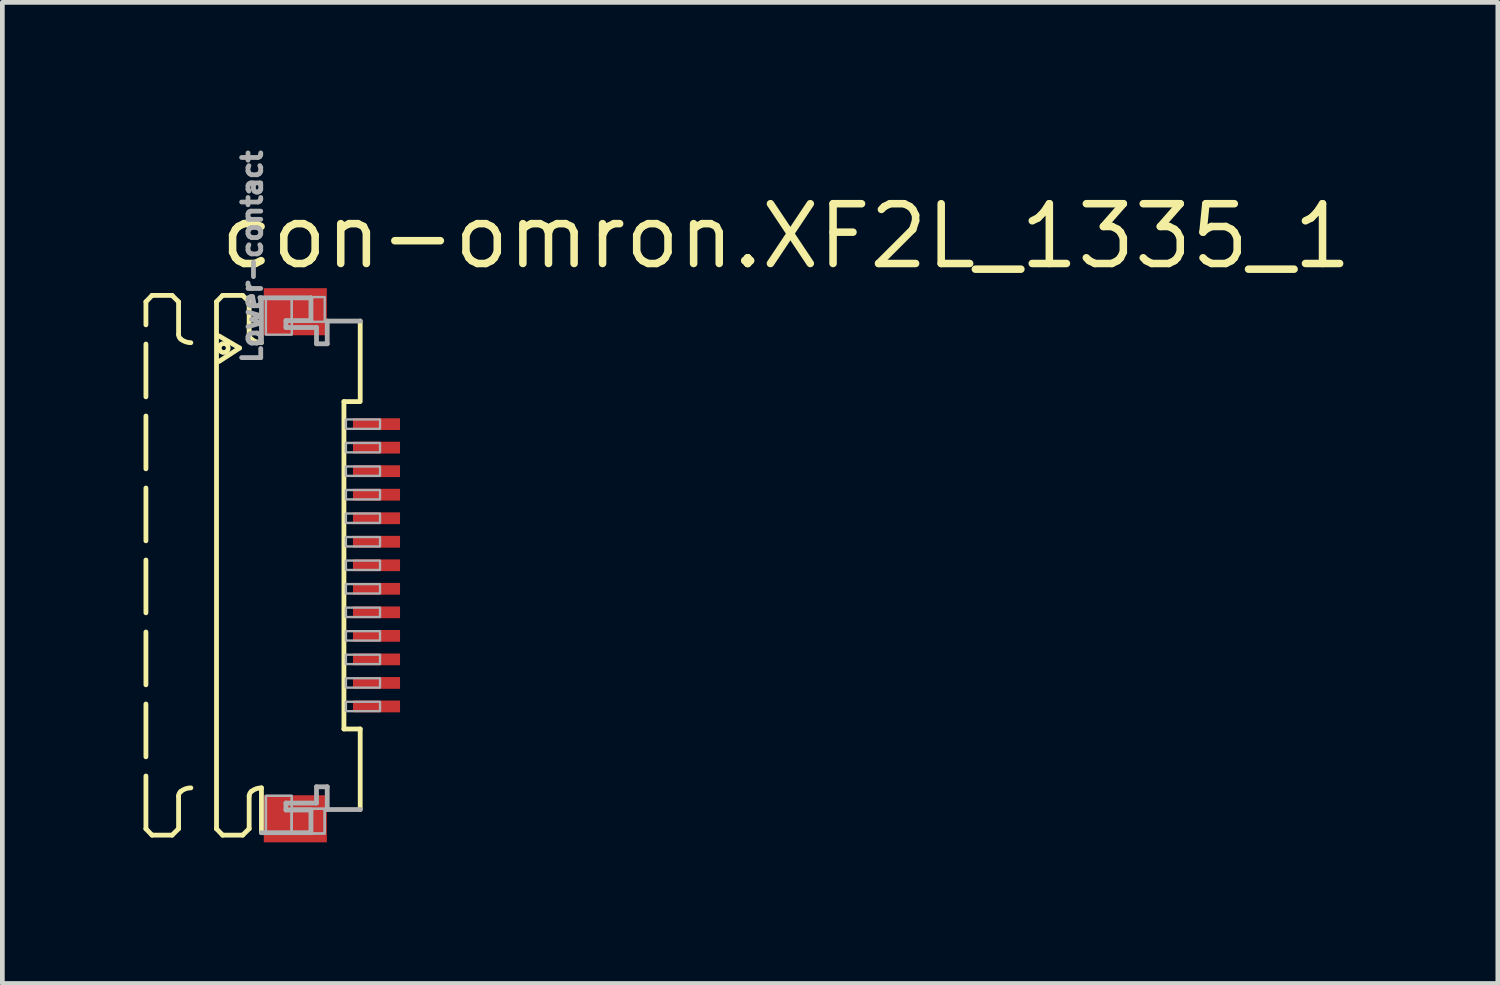
<source format=kicad_pcb>
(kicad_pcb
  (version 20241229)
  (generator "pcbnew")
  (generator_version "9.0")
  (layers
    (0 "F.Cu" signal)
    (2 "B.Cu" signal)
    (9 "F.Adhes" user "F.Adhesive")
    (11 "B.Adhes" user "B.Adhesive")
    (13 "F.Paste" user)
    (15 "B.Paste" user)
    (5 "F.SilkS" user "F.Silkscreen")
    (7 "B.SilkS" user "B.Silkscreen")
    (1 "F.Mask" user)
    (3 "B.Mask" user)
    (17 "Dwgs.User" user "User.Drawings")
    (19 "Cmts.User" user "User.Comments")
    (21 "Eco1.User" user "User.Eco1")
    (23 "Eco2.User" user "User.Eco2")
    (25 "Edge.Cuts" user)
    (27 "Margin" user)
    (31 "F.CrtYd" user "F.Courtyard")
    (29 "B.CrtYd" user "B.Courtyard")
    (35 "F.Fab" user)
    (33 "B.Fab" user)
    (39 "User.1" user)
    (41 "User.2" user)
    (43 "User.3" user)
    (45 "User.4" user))
  (footprint "con-omron.XF2L_1335_1"
    (layer "F.Cu")
    (at 3.046 8.963)
    (property "Reference" "con-omron.XF2L_1335_1" (at -1.5 -6.25 0) (layer "F.SilkS") (effects (font (size 1.27 1.27) (thickness 0.16)) (justify left bottom)))
    (attr smd)
    (fp_rect (start 1.355 -2.825) (end 2.455 -3.175) (stroke (width 0.05) (type default)) (fill yes) (layer "F.Mask"))
    (fp_rect (start 1.355 -2.325) (end 2.455 -2.675) (stroke (width 0.05) (type default)) (fill yes) (layer "F.Mask"))
    (fp_rect (start 1.355 -1.825) (end 2.455 -2.175) (stroke (width 0.05) (type default)) (fill yes) (layer "F.Mask"))
    (fp_rect (start 1.355 -1.325) (end 2.455 -1.675) (stroke (width 0.05) (type default)) (fill yes) (layer "F.Mask"))
    (fp_rect (start 1.355 -0.825) (end 2.455 -1.175) (stroke (width 0.05) (type default)) (fill yes) (layer "F.Mask"))
    (fp_rect (start 1.355 -0.325) (end 2.455 -0.675) (stroke (width 0.05) (type default)) (fill yes) (layer "F.Mask"))
    (fp_rect (start 1.355 0.175) (end 2.455 -0.175) (stroke (width 0.05) (type default)) (fill yes) (layer "F.Mask"))
    (fp_rect (start 1.355 0.675) (end 2.455 0.325) (stroke (width 0.05) (type default)) (fill yes) (layer "F.Mask"))
    (fp_rect (start 1.355 1.175) (end 2.455 0.825) (stroke (width 0.05) (type default)) (fill yes) (layer "F.Mask"))
    (fp_rect (start 1.355 1.675) (end 2.455 1.325) (stroke (width 0.05) (type default)) (fill yes) (layer "F.Mask"))
    (fp_rect (start 1.355 2.175) (end 2.455 1.825) (stroke (width 0.05) (type default)) (fill yes) (layer "F.Mask"))
    (fp_rect (start 1.355 2.675) (end 2.455 2.325) (stroke (width 0.05) (type default)) (fill yes) (layer "F.Mask"))
    (fp_rect (start 1.355 3.175) (end 2.455 2.825) (stroke (width 0.05) (type default)) (fill yes) (layer "F.Mask"))
    (fp_line (start -2.995 -5.6) (end -2.865 -5.735) (stroke (width 0.102) (type default)) (layer "F.SilkS"))
    (fp_line (start -2.995 5.6) (end -2.995 -5.6) (stroke (width 0.102) (type dash)) (layer "F.SilkS"))
    (fp_line (start -2.995 5.6) (end -2.865 5.735) (stroke (width 0.102) (type default)) (layer "F.SilkS"))
    (fp_line (start -2.865 -5.735) (end -2.438 -5.735) (stroke (width 0.102) (type dash)) (layer "F.SilkS"))
    (fp_line (start -2.865 5.735) (end -2.438 5.735) (stroke (width 0.102) (type dash)) (layer "F.SilkS"))
    (fp_line (start -2.438 -5.735) (end -2.301 -5.598) (stroke (width 0.102) (type default)) (layer "F.SilkS"))
    (fp_line (start -2.438 5.735) (end -2.301 5.598) (stroke (width 0.102) (type default)) (layer "F.SilkS"))
    (fp_line (start -2.301 -5.598) (end -2.301 -4.906) (stroke (width 0.102) (type dash)) (layer "F.SilkS"))
    (fp_line (start -2.301 5.598) (end -2.301 4.906) (stroke (width 0.102) (type dash)) (layer "F.SilkS"))
    (fp_line (start -1.495 -5.6) (end -1.365 -5.735) (stroke (width 0.102) (type default)) (layer "F.SilkS"))
    (fp_line (start -1.495 5.6) (end -1.495 -5.6) (stroke (width 0.102) (type default)) (layer "F.SilkS"))
    (fp_line (start -1.495 5.6) (end -1.365 5.735) (stroke (width 0.102) (type default)) (layer "F.SilkS"))
    (fp_line (start -1.441 -4.873) (end -1.005 -4.617) (stroke (width 0.102) (type default)) (layer "F.SilkS"))
    (fp_line (start -1.365 -5.735) (end -0.939 -5.735) (stroke (width 0.102) (type default)) (layer "F.SilkS"))
    (fp_line (start -1.365 5.735) (end -0.939 5.735) (stroke (width 0.102) (type default)) (layer "F.SilkS"))
    (fp_line (start -1.005 -4.617) (end -1.441 -4.332) (stroke (width 0.102) (type default)) (layer "F.SilkS"))
    (fp_line (start -0.939 -5.735) (end -0.801 -5.598) (stroke (width 0.102) (type default)) (layer "F.SilkS"))
    (fp_line (start -0.939 5.735) (end -0.801 5.598) (stroke (width 0.102) (type default)) (layer "F.SilkS"))
    (fp_line (start -0.801 -5.598) (end -0.801 -4.906) (stroke (width 0.102) (type default)) (layer "F.SilkS"))
    (fp_line (start -0.801 5.598) (end -0.801 4.906) (stroke (width 0.102) (type default)) (layer "F.SilkS"))
    (fp_line (start -0.54 4.73) (end -0.54 5.683) (stroke (width 0.102) (type default)) (layer "F.SilkS"))
    (fp_line (start 1.213 3.479) (end 1.213 -3.479) (stroke (width 0.102) (type default)) (layer "F.SilkS"))
    (fp_line (start 1.538 -3.479) (end 1.213 -3.479) (stroke (width 0.102) (type default)) (layer "F.SilkS"))
    (fp_line (start 1.559 -5.19) (end 1.559 -3.479) (stroke (width 0.102) (type default)) (layer "F.SilkS"))
    (fp_line (start 1.559 3.479) (end 1.213 3.479) (stroke (width 0.102) (type default)) (layer "F.SilkS"))
    (fp_line (start 1.559 5.19) (end 1.559 3.479) (stroke (width 0.102) (type default)) (layer "F.SilkS"))
    (fp_arc (start -2.301 4.9057) (mid -2.288538 4.850596) (end -2.2536 4.8062) (stroke (width 0.1016) (type default)) (layer "F.SilkS"))
    (fp_arc (start -2.2536 -4.8062) (mid -2.288538 -4.850596) (end -2.301 -4.9057) (stroke (width 0.1016) (type default)) (layer "F.SilkS"))
    (fp_arc (start -2.2536 4.8062) (mid -2.153476 4.749936) (end -2.0403 4.7304) (stroke (width 0.1016) (type default)) (layer "F.SilkS"))
    (fp_arc (start -2.0403 -4.7304) (mid -2.153476 -4.749936) (end -2.2536 -4.8062) (stroke (width 0.1016) (type default)) (layer "F.SilkS"))
    (fp_arc (start -0.801 4.9057) (mid -0.788538 4.850596) (end -0.7536 4.8062) (stroke (width 0.1016) (type default)) (layer "F.SilkS"))
    (fp_arc (start -0.7536 -4.8062) (mid -0.788538 -4.850596) (end -0.801 -4.9057) (stroke (width 0.1016) (type default)) (layer "F.SilkS"))
    (fp_arc (start -0.7536 4.8062) (mid -0.653476 4.749936) (end -0.5403 4.7304) (stroke (width 0.1016) (type default)) (layer "F.SilkS"))
    (fp_arc (start -0.5403 -4.7304) (mid -0.653476 -4.749936) (end -0.7536 -4.8062) (stroke (width 0.1016) (type default)) (layer "F.SilkS"))
    (fp_circle (center -1.341 -4.617) (end -1.246 -4.617) (stroke (width 0.1) (type default)) (fill no) (layer "F.SilkS"))
    (fp_line (start -0.54 -5.683) (end 0.512 -5.683) (stroke (width 0.102) (type default)) (layer "F.Fab"))
    (fp_line (start -0.54 -4.73) (end -0.54 -5.683) (stroke (width 0.102) (type default)) (layer "F.Fab"))
    (fp_line (start -0.54 5.683) (end 0.512 5.683) (stroke (width 0.102) (type default)) (layer "F.Fab"))
    (fp_line (start -0.019 -5.2) (end -0.019 -5.053) (stroke (width 0.102) (type default)) (layer "F.Fab"))
    (fp_line (start -0.019 -5.053) (end 0.63 -5.053) (stroke (width 0.102) (type default)) (layer "F.Fab"))
    (fp_line (start -0.019 5.053) (end 0.63 5.053) (stroke (width 0.102) (type default)) (layer "F.Fab"))
    (fp_line (start -0.019 5.2) (end -0.019 5.053) (stroke (width 0.102) (type default)) (layer "F.Fab"))
    (fp_line (start 0.512 -5.683) (end 0.512 -5.2) (stroke (width 0.102) (type default)) (layer "F.Fab"))
    (fp_line (start 0.512 -5.2) (end -0.019 -5.2) (stroke (width 0.102) (type default)) (layer "F.Fab"))
    (fp_line (start 0.512 5.2) (end -0.019 5.2) (stroke (width 0.102) (type default)) (layer "F.Fab"))
    (fp_line (start 0.512 5.683) (end 0.512 5.2) (stroke (width 0.102) (type default)) (layer "F.Fab"))
    (fp_line (start 0.63 -5.053) (end 0.63 -4.707) (stroke (width 0.102) (type default)) (layer "F.Fab"))
    (fp_line (start 0.63 -4.707) (end 0.858 -4.707) (stroke (width 0.102) (type default)) (layer "F.Fab"))
    (fp_line (start 0.63 4.707) (end 0.858 4.707) (stroke (width 0.102) (type default)) (layer "F.Fab"))
    (fp_line (start 0.63 5.053) (end 0.63 4.707) (stroke (width 0.102) (type default)) (layer "F.Fab"))
    (fp_line (start 0.858 -5.19) (end 1.559 -5.19) (stroke (width 0.102) (type default)) (layer "F.Fab"))
    (fp_line (start 0.858 -4.707) (end 0.858 -5.19) (stroke (width 0.102) (type default)) (layer "F.Fab"))
    (fp_line (start 0.858 4.707) (end 0.858 5.19) (stroke (width 0.102) (type default)) (layer "F.Fab"))
    (fp_line (start 0.858 5.19) (end 1.559 5.19) (stroke (width 0.102) (type default)) (layer "F.Fab"))
    (fp_rect (start -0.445 -4.9) (end 0.105 -5.7) (stroke (width 0.05) (type default)) (fill no) (layer "F.Fab"))
    (fp_rect (start -0.445 5.7) (end 0.105 4.9) (stroke (width 0.05) (type default)) (fill no) (layer "F.Fab"))
    (fp_rect (start -0.445 5.7) (end 0.105 4.9) (stroke (width 0.05) (type default)) (fill no) (layer "F.Fab"))
    (fp_rect (start 0.105 -5.175) (end 0.805 -5.7) (stroke (width 0.05) (type default)) (fill no) (layer "F.Fab"))
    (fp_rect (start 0.105 5.7) (end 0.805 5.175) (stroke (width 0.05) (type default)) (fill no) (layer "F.Fab"))
    (fp_rect (start 0.105 5.7) (end 0.805 5.175) (stroke (width 0.05) (type default)) (fill no) (layer "F.Fab"))
    (fp_rect (start 1.255 -2.9) (end 1.98 -3.1) (stroke (width 0.05) (type default)) (fill no) (layer "F.Fab"))
    (fp_rect (start 1.255 -2.4) (end 1.98 -2.6) (stroke (width 0.05) (type default)) (fill no) (layer "F.Fab"))
    (fp_rect (start 1.255 -1.9) (end 1.98 -2.1) (stroke (width 0.05) (type default)) (fill no) (layer "F.Fab"))
    (fp_rect (start 1.255 -1.4) (end 1.98 -1.6) (stroke (width 0.05) (type default)) (fill no) (layer "F.Fab"))
    (fp_rect (start 1.255 -0.9) (end 1.98 -1.1) (stroke (width 0.05) (type default)) (fill no) (layer "F.Fab"))
    (fp_rect (start 1.255 -0.4) (end 1.98 -0.6) (stroke (width 0.05) (type default)) (fill no) (layer "F.Fab"))
    (fp_rect (start 1.255 0.1) (end 1.98 -0.1) (stroke (width 0.05) (type default)) (fill no) (layer "F.Fab"))
    (fp_rect (start 1.255 0.6) (end 1.98 0.4) (stroke (width 0.05) (type default)) (fill no) (layer "F.Fab"))
    (fp_rect (start 1.255 1.1) (end 1.98 0.9) (stroke (width 0.05) (type default)) (fill no) (layer "F.Fab"))
    (fp_rect (start 1.255 1.6) (end 1.98 1.4) (stroke (width 0.05) (type default)) (fill no) (layer "F.Fab"))
    (fp_rect (start 1.255 2.1) (end 1.98 1.9) (stroke (width 0.05) (type default)) (fill no) (layer "F.Fab"))
    (fp_rect (start 1.255 2.6) (end 1.98 2.4) (stroke (width 0.05) (type default)) (fill no) (layer "F.Fab"))
    (fp_rect (start 1.255 3.1) (end 1.98 2.9) (stroke (width 0.05) (type default)) (fill no) (layer "F.Fab"))
    (fp_text user "Lower-contact" (at -0.5 -4.25 270) (layer "F.Fab") (effects (font (size 0.406 0.406) (thickness 0.15)) (justify left bottom)))
    (pad "1" smd roundrect (at 1.905 -3) (size 1 0.25) (layers "F.Cu" "F.Mask" "F.Paste") (roundrect_rratio 0.01))
    (pad "2" smd roundrect (at 1.905 -2.5) (size 1 0.25) (layers "F.Cu" "F.Mask" "F.Paste") (roundrect_rratio 0.01))
    (pad "3" smd roundrect (at 1.905 -2) (size 1 0.25) (layers "F.Cu" "F.Mask" "F.Paste") (roundrect_rratio 0.01))
    (pad "4" smd roundrect (at 1.905 -1.5) (size 1 0.25) (layers "F.Cu" "F.Mask" "F.Paste") (roundrect_rratio 0.01))
    (pad "5" smd roundrect (at 1.905 -1) (size 1 0.25) (layers "F.Cu" "F.Mask" "F.Paste") (roundrect_rratio 0.01))
    (pad "6" smd roundrect (at 1.905 -0.5) (size 1 0.25) (layers "F.Cu" "F.Mask" "F.Paste") (roundrect_rratio 0.01))
    (pad "7" smd roundrect (at 1.905 0) (size 1 0.25) (layers "F.Cu" "F.Mask" "F.Paste") (roundrect_rratio 0.01))
    (pad "8" smd roundrect (at 1.905 0.5) (size 1 0.25) (layers "F.Cu" "F.Mask" "F.Paste") (roundrect_rratio 0.01))
    (pad "9" smd roundrect (at 1.905 1) (size 1 0.25) (layers "F.Cu" "F.Mask" "F.Paste") (roundrect_rratio 0.01))
    (pad "10" smd roundrect (at 1.905 1.5) (size 1 0.25) (layers "F.Cu" "F.Mask" "F.Paste") (roundrect_rratio 0.01))
    (pad "11" smd roundrect (at 1.905 2) (size 1 0.25) (layers "F.Cu" "F.Mask" "F.Paste") (roundrect_rratio 0.01))
    (pad "12" smd roundrect (at 1.905 2.5) (size 1 0.25) (layers "F.Cu" "F.Mask" "F.Paste") (roundrect_rratio 0.01))
    (pad "13" smd roundrect (at 1.905 3) (size 1 0.25) (layers "F.Cu" "F.Mask" "F.Paste") (roundrect_rratio 0.01))
    (pad "M1" smd roundrect (at 0.18 -5.388) (size 1.34 1) (layers "F.Cu" "F.Mask" "F.Paste") (roundrect_rratio 0.01))
    (pad "M2" smd roundrect (at 0.18 5.388) (size 1.34 1) (layers "F.Cu" "F.Mask" "F.Paste") (roundrect_rratio 0.01)))
  (gr_rect
    (start -3 -3)
    (end 28.781 17.851)
    (stroke (width 0.1) (type default))
    (fill no)
    (layer "Edge.Cuts")))
</source>
